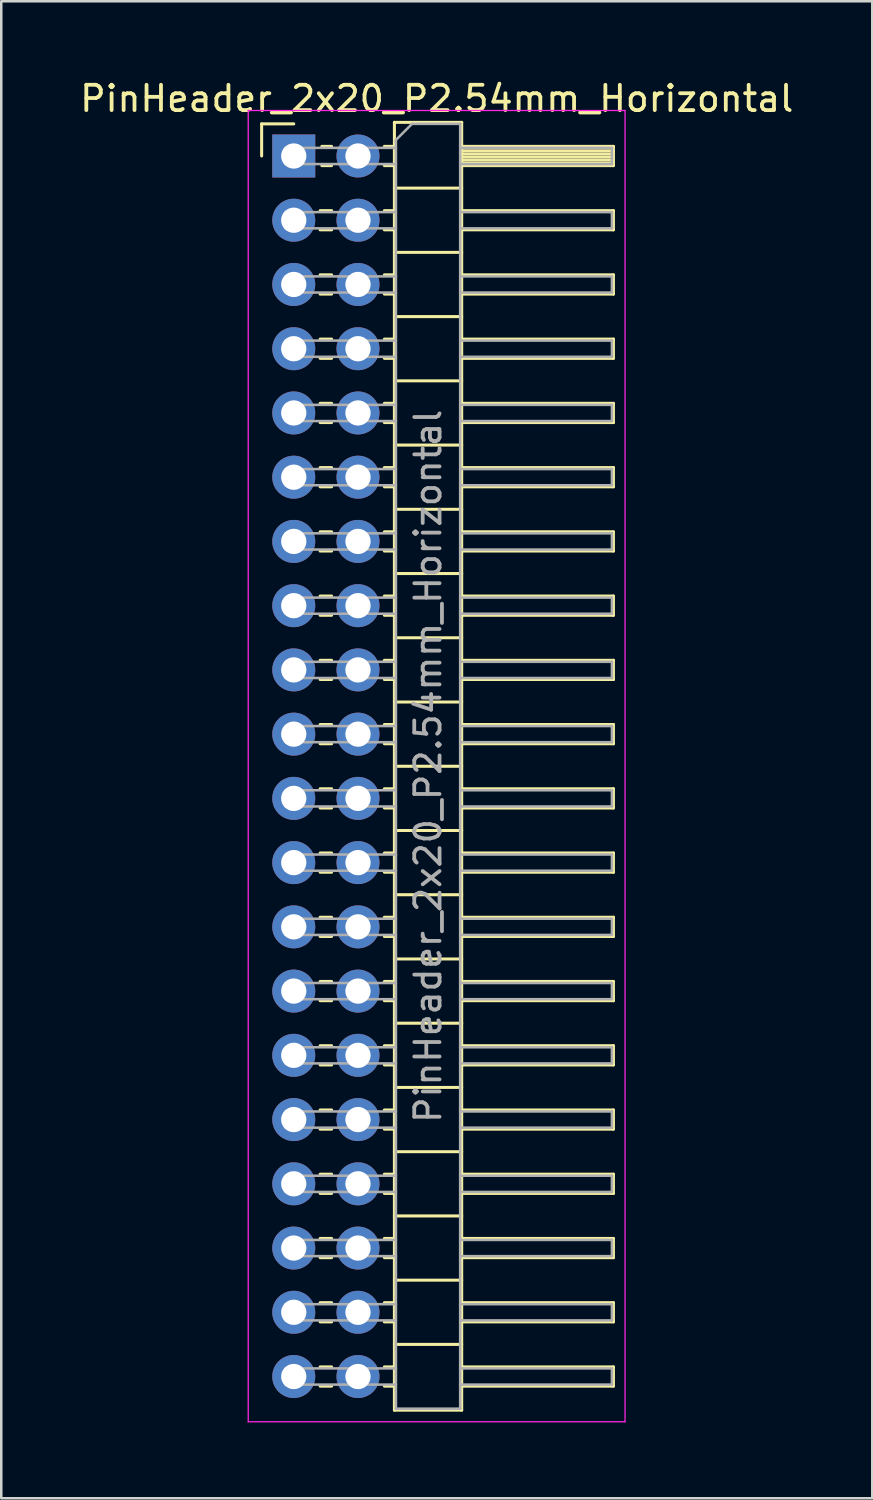
<source format=kicad_pcb>
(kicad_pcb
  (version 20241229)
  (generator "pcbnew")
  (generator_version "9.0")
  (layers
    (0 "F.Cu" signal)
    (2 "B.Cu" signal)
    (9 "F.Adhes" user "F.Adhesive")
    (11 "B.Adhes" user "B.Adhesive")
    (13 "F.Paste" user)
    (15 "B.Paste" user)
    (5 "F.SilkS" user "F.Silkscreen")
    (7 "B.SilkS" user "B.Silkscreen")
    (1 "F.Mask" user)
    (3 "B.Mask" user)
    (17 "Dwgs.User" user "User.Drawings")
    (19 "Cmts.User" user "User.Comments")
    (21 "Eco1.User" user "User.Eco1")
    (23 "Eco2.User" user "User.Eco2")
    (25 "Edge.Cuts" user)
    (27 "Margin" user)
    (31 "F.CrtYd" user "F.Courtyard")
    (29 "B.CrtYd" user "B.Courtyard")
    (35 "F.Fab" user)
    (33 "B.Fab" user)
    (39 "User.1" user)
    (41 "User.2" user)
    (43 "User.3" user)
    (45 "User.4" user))
  (footprint "PinHeader_2x20_P2.54mm_Horizontal"
    (layer "F.Cu")
    (at 8.565 3.118)
    (property "Reference" "PinHeader_2x20_P2.54mm_Horizontal" (at 5.655 -2.27 0) (layer "F.SilkS") (effects (font (size 1 1) (thickness 0.15))))
    (attr through_hole)
    (fp_line (start -1.27 -1.27) (end 0 -1.27) (stroke (width 0.12) (type solid)) (layer "F.SilkS"))
    (fp_line (start -1.27 0) (end -1.27 -1.27) (stroke (width 0.12) (type solid)) (layer "F.SilkS"))
    (fp_line (start 1.043 2.16) (end 1.497 2.16) (stroke (width 0.12) (type solid)) (layer "F.SilkS"))
    (fp_line (start 1.043 2.92) (end 1.497 2.92) (stroke (width 0.12) (type solid)) (layer "F.SilkS"))
    (fp_line (start 1.043 4.7) (end 1.497 4.7) (stroke (width 0.12) (type solid)) (layer "F.SilkS"))
    (fp_line (start 1.043 5.46) (end 1.497 5.46) (stroke (width 0.12) (type solid)) (layer "F.SilkS"))
    (fp_line (start 1.043 7.24) (end 1.497 7.24) (stroke (width 0.12) (type solid)) (layer "F.SilkS"))
    (fp_line (start 1.043 8) (end 1.497 8) (stroke (width 0.12) (type solid)) (layer "F.SilkS"))
    (fp_line (start 1.043 9.78) (end 1.497 9.78) (stroke (width 0.12) (type solid)) (layer "F.SilkS"))
    (fp_line (start 1.043 10.54) (end 1.497 10.54) (stroke (width 0.12) (type solid)) (layer "F.SilkS"))
    (fp_line (start 1.043 12.32) (end 1.497 12.32) (stroke (width 0.12) (type solid)) (layer "F.SilkS"))
    (fp_line (start 1.043 13.08) (end 1.497 13.08) (stroke (width 0.12) (type solid)) (layer "F.SilkS"))
    (fp_line (start 1.043 14.86) (end 1.497 14.86) (stroke (width 0.12) (type solid)) (layer "F.SilkS"))
    (fp_line (start 1.043 15.62) (end 1.497 15.62) (stroke (width 0.12) (type solid)) (layer "F.SilkS"))
    (fp_line (start 1.043 17.4) (end 1.497 17.4) (stroke (width 0.12) (type solid)) (layer "F.SilkS"))
    (fp_line (start 1.043 18.16) (end 1.497 18.16) (stroke (width 0.12) (type solid)) (layer "F.SilkS"))
    (fp_line (start 1.043 19.94) (end 1.497 19.94) (stroke (width 0.12) (type solid)) (layer "F.SilkS"))
    (fp_line (start 1.043 20.7) (end 1.497 20.7) (stroke (width 0.12) (type solid)) (layer "F.SilkS"))
    (fp_line (start 1.043 22.48) (end 1.497 22.48) (stroke (width 0.12) (type solid)) (layer "F.SilkS"))
    (fp_line (start 1.043 23.24) (end 1.497 23.24) (stroke (width 0.12) (type solid)) (layer "F.SilkS"))
    (fp_line (start 1.043 25.02) (end 1.497 25.02) (stroke (width 0.12) (type solid)) (layer "F.SilkS"))
    (fp_line (start 1.043 25.78) (end 1.497 25.78) (stroke (width 0.12) (type solid)) (layer "F.SilkS"))
    (fp_line (start 1.043 27.56) (end 1.497 27.56) (stroke (width 0.12) (type solid)) (layer "F.SilkS"))
    (fp_line (start 1.043 28.32) (end 1.497 28.32) (stroke (width 0.12) (type solid)) (layer "F.SilkS"))
    (fp_line (start 1.043 30.1) (end 1.497 30.1) (stroke (width 0.12) (type solid)) (layer "F.SilkS"))
    (fp_line (start 1.043 30.86) (end 1.497 30.86) (stroke (width 0.12) (type solid)) (layer "F.SilkS"))
    (fp_line (start 1.043 32.64) (end 1.497 32.64) (stroke (width 0.12) (type solid)) (layer "F.SilkS"))
    (fp_line (start 1.043 33.4) (end 1.497 33.4) (stroke (width 0.12) (type solid)) (layer "F.SilkS"))
    (fp_line (start 1.043 35.18) (end 1.497 35.18) (stroke (width 0.12) (type solid)) (layer "F.SilkS"))
    (fp_line (start 1.043 35.94) (end 1.497 35.94) (stroke (width 0.12) (type solid)) (layer "F.SilkS"))
    (fp_line (start 1.043 37.72) (end 1.497 37.72) (stroke (width 0.12) (type solid)) (layer "F.SilkS"))
    (fp_line (start 1.043 38.48) (end 1.497 38.48) (stroke (width 0.12) (type solid)) (layer "F.SilkS"))
    (fp_line (start 1.043 40.26) (end 1.497 40.26) (stroke (width 0.12) (type solid)) (layer "F.SilkS"))
    (fp_line (start 1.043 41.02) (end 1.497 41.02) (stroke (width 0.12) (type solid)) (layer "F.SilkS"))
    (fp_line (start 1.043 42.8) (end 1.497 42.8) (stroke (width 0.12) (type solid)) (layer "F.SilkS"))
    (fp_line (start 1.043 43.56) (end 1.497 43.56) (stroke (width 0.12) (type solid)) (layer "F.SilkS"))
    (fp_line (start 1.043 45.34) (end 1.497 45.34) (stroke (width 0.12) (type solid)) (layer "F.SilkS"))
    (fp_line (start 1.043 46.1) (end 1.497 46.1) (stroke (width 0.12) (type solid)) (layer "F.SilkS"))
    (fp_line (start 1.043 47.88) (end 1.497 47.88) (stroke (width 0.12) (type solid)) (layer "F.SilkS"))
    (fp_line (start 1.043 48.64) (end 1.497 48.64) (stroke (width 0.12) (type solid)) (layer "F.SilkS"))
    (fp_line (start 1.11 -0.38) (end 1.497 -0.38) (stroke (width 0.12) (type solid)) (layer "F.SilkS"))
    (fp_line (start 1.11 0.38) (end 1.497 0.38) (stroke (width 0.12) (type solid)) (layer "F.SilkS"))
    (fp_line (start 3.583 -0.38) (end 3.98 -0.38) (stroke (width 0.12) (type solid)) (layer "F.SilkS"))
    (fp_line (start 3.583 0.38) (end 3.98 0.38) (stroke (width 0.12) (type solid)) (layer "F.SilkS"))
    (fp_line (start 3.583 2.16) (end 3.98 2.16) (stroke (width 0.12) (type solid)) (layer "F.SilkS"))
    (fp_line (start 3.583 2.92) (end 3.98 2.92) (stroke (width 0.12) (type solid)) (layer "F.SilkS"))
    (fp_line (start 3.583 4.7) (end 3.98 4.7) (stroke (width 0.12) (type solid)) (layer "F.SilkS"))
    (fp_line (start 3.583 5.46) (end 3.98 5.46) (stroke (width 0.12) (type solid)) (layer "F.SilkS"))
    (fp_line (start 3.583 7.24) (end 3.98 7.24) (stroke (width 0.12) (type solid)) (layer "F.SilkS"))
    (fp_line (start 3.583 8) (end 3.98 8) (stroke (width 0.12) (type solid)) (layer "F.SilkS"))
    (fp_line (start 3.583 9.78) (end 3.98 9.78) (stroke (width 0.12) (type solid)) (layer "F.SilkS"))
    (fp_line (start 3.583 10.54) (end 3.98 10.54) (stroke (width 0.12) (type solid)) (layer "F.SilkS"))
    (fp_line (start 3.583 12.32) (end 3.98 12.32) (stroke (width 0.12) (type solid)) (layer "F.SilkS"))
    (fp_line (start 3.583 13.08) (end 3.98 13.08) (stroke (width 0.12) (type solid)) (layer "F.SilkS"))
    (fp_line (start 3.583 14.86) (end 3.98 14.86) (stroke (width 0.12) (type solid)) (layer "F.SilkS"))
    (fp_line (start 3.583 15.62) (end 3.98 15.62) (stroke (width 0.12) (type solid)) (layer "F.SilkS"))
    (fp_line (start 3.583 17.4) (end 3.98 17.4) (stroke (width 0.12) (type solid)) (layer "F.SilkS"))
    (fp_line (start 3.583 18.16) (end 3.98 18.16) (stroke (width 0.12) (type solid)) (layer "F.SilkS"))
    (fp_line (start 3.583 19.94) (end 3.98 19.94) (stroke (width 0.12) (type solid)) (layer "F.SilkS"))
    (fp_line (start 3.583 20.7) (end 3.98 20.7) (stroke (width 0.12) (type solid)) (layer "F.SilkS"))
    (fp_line (start 3.583 22.48) (end 3.98 22.48) (stroke (width 0.12) (type solid)) (layer "F.SilkS"))
    (fp_line (start 3.583 23.24) (end 3.98 23.24) (stroke (width 0.12) (type solid)) (layer "F.SilkS"))
    (fp_line (start 3.583 25.02) (end 3.98 25.02) (stroke (width 0.12) (type solid)) (layer "F.SilkS"))
    (fp_line (start 3.583 25.78) (end 3.98 25.78) (stroke (width 0.12) (type solid)) (layer "F.SilkS"))
    (fp_line (start 3.583 27.56) (end 3.98 27.56) (stroke (width 0.12) (type solid)) (layer "F.SilkS"))
    (fp_line (start 3.583 28.32) (end 3.98 28.32) (stroke (width 0.12) (type solid)) (layer "F.SilkS"))
    (fp_line (start 3.583 30.1) (end 3.98 30.1) (stroke (width 0.12) (type solid)) (layer "F.SilkS"))
    (fp_line (start 3.583 30.86) (end 3.98 30.86) (stroke (width 0.12) (type solid)) (layer "F.SilkS"))
    (fp_line (start 3.583 32.64) (end 3.98 32.64) (stroke (width 0.12) (type solid)) (layer "F.SilkS"))
    (fp_line (start 3.583 33.4) (end 3.98 33.4) (stroke (width 0.12) (type solid)) (layer "F.SilkS"))
    (fp_line (start 3.583 35.18) (end 3.98 35.18) (stroke (width 0.12) (type solid)) (layer "F.SilkS"))
    (fp_line (start 3.583 35.94) (end 3.98 35.94) (stroke (width 0.12) (type solid)) (layer "F.SilkS"))
    (fp_line (start 3.583 37.72) (end 3.98 37.72) (stroke (width 0.12) (type solid)) (layer "F.SilkS"))
    (fp_line (start 3.583 38.48) (end 3.98 38.48) (stroke (width 0.12) (type solid)) (layer "F.SilkS"))
    (fp_line (start 3.583 40.26) (end 3.98 40.26) (stroke (width 0.12) (type solid)) (layer "F.SilkS"))
    (fp_line (start 3.583 41.02) (end 3.98 41.02) (stroke (width 0.12) (type solid)) (layer "F.SilkS"))
    (fp_line (start 3.583 42.8) (end 3.98 42.8) (stroke (width 0.12) (type solid)) (layer "F.SilkS"))
    (fp_line (start 3.583 43.56) (end 3.98 43.56) (stroke (width 0.12) (type solid)) (layer "F.SilkS"))
    (fp_line (start 3.583 45.34) (end 3.98 45.34) (stroke (width 0.12) (type solid)) (layer "F.SilkS"))
    (fp_line (start 3.583 46.1) (end 3.98 46.1) (stroke (width 0.12) (type solid)) (layer "F.SilkS"))
    (fp_line (start 3.583 47.88) (end 3.98 47.88) (stroke (width 0.12) (type solid)) (layer "F.SilkS"))
    (fp_line (start 3.583 48.64) (end 3.98 48.64) (stroke (width 0.12) (type solid)) (layer "F.SilkS"))
    (fp_line (start 3.98 -1.33) (end 3.98 49.59) (stroke (width 0.12) (type solid)) (layer "F.SilkS"))
    (fp_line (start 3.98 1.27) (end 6.64 1.27) (stroke (width 0.12) (type solid)) (layer "F.SilkS"))
    (fp_line (start 3.98 3.81) (end 6.64 3.81) (stroke (width 0.12) (type solid)) (layer "F.SilkS"))
    (fp_line (start 3.98 6.35) (end 6.64 6.35) (stroke (width 0.12) (type solid)) (layer "F.SilkS"))
    (fp_line (start 3.98 8.89) (end 6.64 8.89) (stroke (width 0.12) (type solid)) (layer "F.SilkS"))
    (fp_line (start 3.98 11.43) (end 6.64 11.43) (stroke (width 0.12) (type solid)) (layer "F.SilkS"))
    (fp_line (start 3.98 13.97) (end 6.64 13.97) (stroke (width 0.12) (type solid)) (layer "F.SilkS"))
    (fp_line (start 3.98 16.51) (end 6.64 16.51) (stroke (width 0.12) (type solid)) (layer "F.SilkS"))
    (fp_line (start 3.98 19.05) (end 6.64 19.05) (stroke (width 0.12) (type solid)) (layer "F.SilkS"))
    (fp_line (start 3.98 21.59) (end 6.64 21.59) (stroke (width 0.12) (type solid)) (layer "F.SilkS"))
    (fp_line (start 3.98 24.13) (end 6.64 24.13) (stroke (width 0.12) (type solid)) (layer "F.SilkS"))
    (fp_line (start 3.98 26.67) (end 6.64 26.67) (stroke (width 0.12) (type solid)) (layer "F.SilkS"))
    (fp_line (start 3.98 29.21) (end 6.64 29.21) (stroke (width 0.12) (type solid)) (layer "F.SilkS"))
    (fp_line (start 3.98 31.75) (end 6.64 31.75) (stroke (width 0.12) (type solid)) (layer "F.SilkS"))
    (fp_line (start 3.98 34.29) (end 6.64 34.29) (stroke (width 0.12) (type solid)) (layer "F.SilkS"))
    (fp_line (start 3.98 36.83) (end 6.64 36.83) (stroke (width 0.12) (type solid)) (layer "F.SilkS"))
    (fp_line (start 3.98 39.37) (end 6.64 39.37) (stroke (width 0.12) (type solid)) (layer "F.SilkS"))
    (fp_line (start 3.98 41.91) (end 6.64 41.91) (stroke (width 0.12) (type solid)) (layer "F.SilkS"))
    (fp_line (start 3.98 44.45) (end 6.64 44.45) (stroke (width 0.12) (type solid)) (layer "F.SilkS"))
    (fp_line (start 3.98 46.99) (end 6.64 46.99) (stroke (width 0.12) (type solid)) (layer "F.SilkS"))
    (fp_line (start 3.98 49.59) (end 6.64 49.59) (stroke (width 0.12) (type solid)) (layer "F.SilkS"))
    (fp_line (start 6.64 -1.33) (end 3.98 -1.33) (stroke (width 0.12) (type solid)) (layer "F.SilkS"))
    (fp_line (start 6.64 -0.38) (end 12.64 -0.38) (stroke (width 0.12) (type solid)) (layer "F.SilkS"))
    (fp_line (start 6.64 -0.32) (end 12.64 -0.32) (stroke (width 0.12) (type solid)) (layer "F.SilkS"))
    (fp_line (start 6.64 -0.2) (end 12.64 -0.2) (stroke (width 0.12) (type solid)) (layer "F.SilkS"))
    (fp_line (start 6.64 -0.08) (end 12.64 -0.08) (stroke (width 0.12) (type solid)) (layer "F.SilkS"))
    (fp_line (start 6.64 0.04) (end 12.64 0.04) (stroke (width 0.12) (type solid)) (layer "F.SilkS"))
    (fp_line (start 6.64 0.16) (end 12.64 0.16) (stroke (width 0.12) (type solid)) (layer "F.SilkS"))
    (fp_line (start 6.64 0.28) (end 12.64 0.28) (stroke (width 0.12) (type solid)) (layer "F.SilkS"))
    (fp_line (start 6.64 2.16) (end 12.64 2.16) (stroke (width 0.12) (type solid)) (layer "F.SilkS"))
    (fp_line (start 6.64 4.7) (end 12.64 4.7) (stroke (width 0.12) (type solid)) (layer "F.SilkS"))
    (fp_line (start 6.64 7.24) (end 12.64 7.24) (stroke (width 0.12) (type solid)) (layer "F.SilkS"))
    (fp_line (start 6.64 9.78) (end 12.64 9.78) (stroke (width 0.12) (type solid)) (layer "F.SilkS"))
    (fp_line (start 6.64 12.32) (end 12.64 12.32) (stroke (width 0.12) (type solid)) (layer "F.SilkS"))
    (fp_line (start 6.64 14.86) (end 12.64 14.86) (stroke (width 0.12) (type solid)) (layer "F.SilkS"))
    (fp_line (start 6.64 17.4) (end 12.64 17.4) (stroke (width 0.12) (type solid)) (layer "F.SilkS"))
    (fp_line (start 6.64 19.94) (end 12.64 19.94) (stroke (width 0.12) (type solid)) (layer "F.SilkS"))
    (fp_line (start 6.64 22.48) (end 12.64 22.48) (stroke (width 0.12) (type solid)) (layer "F.SilkS"))
    (fp_line (start 6.64 25.02) (end 12.64 25.02) (stroke (width 0.12) (type solid)) (layer "F.SilkS"))
    (fp_line (start 6.64 27.56) (end 12.64 27.56) (stroke (width 0.12) (type solid)) (layer "F.SilkS"))
    (fp_line (start 6.64 30.1) (end 12.64 30.1) (stroke (width 0.12) (type solid)) (layer "F.SilkS"))
    (fp_line (start 6.64 32.64) (end 12.64 32.64) (stroke (width 0.12) (type solid)) (layer "F.SilkS"))
    (fp_line (start 6.64 35.18) (end 12.64 35.18) (stroke (width 0.12) (type solid)) (layer "F.SilkS"))
    (fp_line (start 6.64 37.72) (end 12.64 37.72) (stroke (width 0.12) (type solid)) (layer "F.SilkS"))
    (fp_line (start 6.64 40.26) (end 12.64 40.26) (stroke (width 0.12) (type solid)) (layer "F.SilkS"))
    (fp_line (start 6.64 42.8) (end 12.64 42.8) (stroke (width 0.12) (type solid)) (layer "F.SilkS"))
    (fp_line (start 6.64 45.34) (end 12.64 45.34) (stroke (width 0.12) (type solid)) (layer "F.SilkS"))
    (fp_line (start 6.64 47.88) (end 12.64 47.88) (stroke (width 0.12) (type solid)) (layer "F.SilkS"))
    (fp_line (start 6.64 49.59) (end 6.64 -1.33) (stroke (width 0.12) (type solid)) (layer "F.SilkS"))
    (fp_line (start 12.64 -0.38) (end 12.64 0.38) (stroke (width 0.12) (type solid)) (layer "F.SilkS"))
    (fp_line (start 12.64 0.38) (end 6.64 0.38) (stroke (width 0.12) (type solid)) (layer "F.SilkS"))
    (fp_line (start 12.64 2.16) (end 12.64 2.92) (stroke (width 0.12) (type solid)) (layer "F.SilkS"))
    (fp_line (start 12.64 2.92) (end 6.64 2.92) (stroke (width 0.12) (type solid)) (layer "F.SilkS"))
    (fp_line (start 12.64 4.7) (end 12.64 5.46) (stroke (width 0.12) (type solid)) (layer "F.SilkS"))
    (fp_line (start 12.64 5.46) (end 6.64 5.46) (stroke (width 0.12) (type solid)) (layer "F.SilkS"))
    (fp_line (start 12.64 7.24) (end 12.64 8) (stroke (width 0.12) (type solid)) (layer "F.SilkS"))
    (fp_line (start 12.64 8) (end 6.64 8) (stroke (width 0.12) (type solid)) (layer "F.SilkS"))
    (fp_line (start 12.64 9.78) (end 12.64 10.54) (stroke (width 0.12) (type solid)) (layer "F.SilkS"))
    (fp_line (start 12.64 10.54) (end 6.64 10.54) (stroke (width 0.12) (type solid)) (layer "F.SilkS"))
    (fp_line (start 12.64 12.32) (end 12.64 13.08) (stroke (width 0.12) (type solid)) (layer "F.SilkS"))
    (fp_line (start 12.64 13.08) (end 6.64 13.08) (stroke (width 0.12) (type solid)) (layer "F.SilkS"))
    (fp_line (start 12.64 14.86) (end 12.64 15.62) (stroke (width 0.12) (type solid)) (layer "F.SilkS"))
    (fp_line (start 12.64 15.62) (end 6.64 15.62) (stroke (width 0.12) (type solid)) (layer "F.SilkS"))
    (fp_line (start 12.64 17.4) (end 12.64 18.16) (stroke (width 0.12) (type solid)) (layer "F.SilkS"))
    (fp_line (start 12.64 18.16) (end 6.64 18.16) (stroke (width 0.12) (type solid)) (layer "F.SilkS"))
    (fp_line (start 12.64 19.94) (end 12.64 20.7) (stroke (width 0.12) (type solid)) (layer "F.SilkS"))
    (fp_line (start 12.64 20.7) (end 6.64 20.7) (stroke (width 0.12) (type solid)) (layer "F.SilkS"))
    (fp_line (start 12.64 22.48) (end 12.64 23.24) (stroke (width 0.12) (type solid)) (layer "F.SilkS"))
    (fp_line (start 12.64 23.24) (end 6.64 23.24) (stroke (width 0.12) (type solid)) (layer "F.SilkS"))
    (fp_line (start 12.64 25.02) (end 12.64 25.78) (stroke (width 0.12) (type solid)) (layer "F.SilkS"))
    (fp_line (start 12.64 25.78) (end 6.64 25.78) (stroke (width 0.12) (type solid)) (layer "F.SilkS"))
    (fp_line (start 12.64 27.56) (end 12.64 28.32) (stroke (width 0.12) (type solid)) (layer "F.SilkS"))
    (fp_line (start 12.64 28.32) (end 6.64 28.32) (stroke (width 0.12) (type solid)) (layer "F.SilkS"))
    (fp_line (start 12.64 30.1) (end 12.64 30.86) (stroke (width 0.12) (type solid)) (layer "F.SilkS"))
    (fp_line (start 12.64 30.86) (end 6.64 30.86) (stroke (width 0.12) (type solid)) (layer "F.SilkS"))
    (fp_line (start 12.64 32.64) (end 12.64 33.4) (stroke (width 0.12) (type solid)) (layer "F.SilkS"))
    (fp_line (start 12.64 33.4) (end 6.64 33.4) (stroke (width 0.12) (type solid)) (layer "F.SilkS"))
    (fp_line (start 12.64 35.18) (end 12.64 35.94) (stroke (width 0.12) (type solid)) (layer "F.SilkS"))
    (fp_line (start 12.64 35.94) (end 6.64 35.94) (stroke (width 0.12) (type solid)) (layer "F.SilkS"))
    (fp_line (start 12.64 37.72) (end 12.64 38.48) (stroke (width 0.12) (type solid)) (layer "F.SilkS"))
    (fp_line (start 12.64 38.48) (end 6.64 38.48) (stroke (width 0.12) (type solid)) (layer "F.SilkS"))
    (fp_line (start 12.64 40.26) (end 12.64 41.02) (stroke (width 0.12) (type solid)) (layer "F.SilkS"))
    (fp_line (start 12.64 41.02) (end 6.64 41.02) (stroke (width 0.12) (type solid)) (layer "F.SilkS"))
    (fp_line (start 12.64 42.8) (end 12.64 43.56) (stroke (width 0.12) (type solid)) (layer "F.SilkS"))
    (fp_line (start 12.64 43.56) (end 6.64 43.56) (stroke (width 0.12) (type solid)) (layer "F.SilkS"))
    (fp_line (start 12.64 45.34) (end 12.64 46.1) (stroke (width 0.12) (type solid)) (layer "F.SilkS"))
    (fp_line (start 12.64 46.1) (end 6.64 46.1) (stroke (width 0.12) (type solid)) (layer "F.SilkS"))
    (fp_line (start 12.64 47.88) (end 12.64 48.64) (stroke (width 0.12) (type solid)) (layer "F.SilkS"))
    (fp_line (start 12.64 48.64) (end 6.64 48.64) (stroke (width 0.12) (type solid)) (layer "F.SilkS"))
    (fp_line (start -1.8 -1.8) (end -1.8 50.05) (stroke (width 0.05) (type solid)) (layer "F.CrtYd"))
    (fp_line (start -1.8 50.05) (end 13.1 50.05) (stroke (width 0.05) (type solid)) (layer "F.CrtYd"))
    (fp_line (start 13.1 -1.8) (end -1.8 -1.8) (stroke (width 0.05) (type solid)) (layer "F.CrtYd"))
    (fp_line (start 13.1 50.05) (end 13.1 -1.8) (stroke (width 0.05) (type solid)) (layer "F.CrtYd"))
    (fp_line (start -0.32 -0.32) (end -0.32 0.32) (stroke (width 0.1) (type solid)) (layer "F.Fab"))
    (fp_line (start -0.32 -0.32) (end 4.04 -0.32) (stroke (width 0.1) (type solid)) (layer "F.Fab"))
    (fp_line (start -0.32 0.32) (end 4.04 0.32) (stroke (width 0.1) (type solid)) (layer "F.Fab"))
    (fp_line (start -0.32 2.22) (end -0.32 2.86) (stroke (width 0.1) (type solid)) (layer "F.Fab"))
    (fp_line (start -0.32 2.22) (end 4.04 2.22) (stroke (width 0.1) (type solid)) (layer "F.Fab"))
    (fp_line (start -0.32 2.86) (end 4.04 2.86) (stroke (width 0.1) (type solid)) (layer "F.Fab"))
    (fp_line (start -0.32 4.76) (end -0.32 5.4) (stroke (width 0.1) (type solid)) (layer "F.Fab"))
    (fp_line (start -0.32 4.76) (end 4.04 4.76) (stroke (width 0.1) (type solid)) (layer "F.Fab"))
    (fp_line (start -0.32 5.4) (end 4.04 5.4) (stroke (width 0.1) (type solid)) (layer "F.Fab"))
    (fp_line (start -0.32 7.3) (end -0.32 7.94) (stroke (width 0.1) (type solid)) (layer "F.Fab"))
    (fp_line (start -0.32 7.3) (end 4.04 7.3) (stroke (width 0.1) (type solid)) (layer "F.Fab"))
    (fp_line (start -0.32 7.94) (end 4.04 7.94) (stroke (width 0.1) (type solid)) (layer "F.Fab"))
    (fp_line (start -0.32 9.84) (end -0.32 10.48) (stroke (width 0.1) (type solid)) (layer "F.Fab"))
    (fp_line (start -0.32 9.84) (end 4.04 9.84) (stroke (width 0.1) (type solid)) (layer "F.Fab"))
    (fp_line (start -0.32 10.48) (end 4.04 10.48) (stroke (width 0.1) (type solid)) (layer "F.Fab"))
    (fp_line (start -0.32 12.38) (end -0.32 13.02) (stroke (width 0.1) (type solid)) (layer "F.Fab"))
    (fp_line (start -0.32 12.38) (end 4.04 12.38) (stroke (width 0.1) (type solid)) (layer "F.Fab"))
    (fp_line (start -0.32 13.02) (end 4.04 13.02) (stroke (width 0.1) (type solid)) (layer "F.Fab"))
    (fp_line (start -0.32 14.92) (end -0.32 15.56) (stroke (width 0.1) (type solid)) (layer "F.Fab"))
    (fp_line (start -0.32 14.92) (end 4.04 14.92) (stroke (width 0.1) (type solid)) (layer "F.Fab"))
    (fp_line (start -0.32 15.56) (end 4.04 15.56) (stroke (width 0.1) (type solid)) (layer "F.Fab"))
    (fp_line (start -0.32 17.46) (end -0.32 18.1) (stroke (width 0.1) (type solid)) (layer "F.Fab"))
    (fp_line (start -0.32 17.46) (end 4.04 17.46) (stroke (width 0.1) (type solid)) (layer "F.Fab"))
    (fp_line (start -0.32 18.1) (end 4.04 18.1) (stroke (width 0.1) (type solid)) (layer "F.Fab"))
    (fp_line (start -0.32 20) (end -0.32 20.64) (stroke (width 0.1) (type solid)) (layer "F.Fab"))
    (fp_line (start -0.32 20) (end 4.04 20) (stroke (width 0.1) (type solid)) (layer "F.Fab"))
    (fp_line (start -0.32 20.64) (end 4.04 20.64) (stroke (width 0.1) (type solid)) (layer "F.Fab"))
    (fp_line (start -0.32 22.54) (end -0.32 23.18) (stroke (width 0.1) (type solid)) (layer "F.Fab"))
    (fp_line (start -0.32 22.54) (end 4.04 22.54) (stroke (width 0.1) (type solid)) (layer "F.Fab"))
    (fp_line (start -0.32 23.18) (end 4.04 23.18) (stroke (width 0.1) (type solid)) (layer "F.Fab"))
    (fp_line (start -0.32 25.08) (end -0.32 25.72) (stroke (width 0.1) (type solid)) (layer "F.Fab"))
    (fp_line (start -0.32 25.08) (end 4.04 25.08) (stroke (width 0.1) (type solid)) (layer "F.Fab"))
    (fp_line (start -0.32 25.72) (end 4.04 25.72) (stroke (width 0.1) (type solid)) (layer "F.Fab"))
    (fp_line (start -0.32 27.62) (end -0.32 28.26) (stroke (width 0.1) (type solid)) (layer "F.Fab"))
    (fp_line (start -0.32 27.62) (end 4.04 27.62) (stroke (width 0.1) (type solid)) (layer "F.Fab"))
    (fp_line (start -0.32 28.26) (end 4.04 28.26) (stroke (width 0.1) (type solid)) (layer "F.Fab"))
    (fp_line (start -0.32 30.16) (end -0.32 30.8) (stroke (width 0.1) (type solid)) (layer "F.Fab"))
    (fp_line (start -0.32 30.16) (end 4.04 30.16) (stroke (width 0.1) (type solid)) (layer "F.Fab"))
    (fp_line (start -0.32 30.8) (end 4.04 30.8) (stroke (width 0.1) (type solid)) (layer "F.Fab"))
    (fp_line (start -0.32 32.7) (end -0.32 33.34) (stroke (width 0.1) (type solid)) (layer "F.Fab"))
    (fp_line (start -0.32 32.7) (end 4.04 32.7) (stroke (width 0.1) (type solid)) (layer "F.Fab"))
    (fp_line (start -0.32 33.34) (end 4.04 33.34) (stroke (width 0.1) (type solid)) (layer "F.Fab"))
    (fp_line (start -0.32 35.24) (end -0.32 35.88) (stroke (width 0.1) (type solid)) (layer "F.Fab"))
    (fp_line (start -0.32 35.24) (end 4.04 35.24) (stroke (width 0.1) (type solid)) (layer "F.Fab"))
    (fp_line (start -0.32 35.88) (end 4.04 35.88) (stroke (width 0.1) (type solid)) (layer "F.Fab"))
    (fp_line (start -0.32 37.78) (end -0.32 38.42) (stroke (width 0.1) (type solid)) (layer "F.Fab"))
    (fp_line (start -0.32 37.78) (end 4.04 37.78) (stroke (width 0.1) (type solid)) (layer "F.Fab"))
    (fp_line (start -0.32 38.42) (end 4.04 38.42) (stroke (width 0.1) (type solid)) (layer "F.Fab"))
    (fp_line (start -0.32 40.32) (end -0.32 40.96) (stroke (width 0.1) (type solid)) (layer "F.Fab"))
    (fp_line (start -0.32 40.32) (end 4.04 40.32) (stroke (width 0.1) (type solid)) (layer "F.Fab"))
    (fp_line (start -0.32 40.96) (end 4.04 40.96) (stroke (width 0.1) (type solid)) (layer "F.Fab"))
    (fp_line (start -0.32 42.86) (end -0.32 43.5) (stroke (width 0.1) (type solid)) (layer "F.Fab"))
    (fp_line (start -0.32 42.86) (end 4.04 42.86) (stroke (width 0.1) (type solid)) (layer "F.Fab"))
    (fp_line (start -0.32 43.5) (end 4.04 43.5) (stroke (width 0.1) (type solid)) (layer "F.Fab"))
    (fp_line (start -0.32 45.4) (end -0.32 46.04) (stroke (width 0.1) (type solid)) (layer "F.Fab"))
    (fp_line (start -0.32 45.4) (end 4.04 45.4) (stroke (width 0.1) (type solid)) (layer "F.Fab"))
    (fp_line (start -0.32 46.04) (end 4.04 46.04) (stroke (width 0.1) (type solid)) (layer "F.Fab"))
    (fp_line (start -0.32 47.94) (end -0.32 48.58) (stroke (width 0.1) (type solid)) (layer "F.Fab"))
    (fp_line (start -0.32 47.94) (end 4.04 47.94) (stroke (width 0.1) (type solid)) (layer "F.Fab"))
    (fp_line (start -0.32 48.58) (end 4.04 48.58) (stroke (width 0.1) (type solid)) (layer "F.Fab"))
    (fp_line (start 4.04 -0.635) (end 4.675 -1.27) (stroke (width 0.1) (type solid)) (layer "F.Fab"))
    (fp_line (start 4.04 49.53) (end 4.04 -0.635) (stroke (width 0.1) (type solid)) (layer "F.Fab"))
    (fp_line (start 4.675 -1.27) (end 6.58 -1.27) (stroke (width 0.1) (type solid)) (layer "F.Fab"))
    (fp_line (start 6.58 -1.27) (end 6.58 49.53) (stroke (width 0.1) (type solid)) (layer "F.Fab"))
    (fp_line (start 6.58 -0.32) (end 12.58 -0.32) (stroke (width 0.1) (type solid)) (layer "F.Fab"))
    (fp_line (start 6.58 0.32) (end 12.58 0.32) (stroke (width 0.1) (type solid)) (layer "F.Fab"))
    (fp_line (start 6.58 2.22) (end 12.58 2.22) (stroke (width 0.1) (type solid)) (layer "F.Fab"))
    (fp_line (start 6.58 2.86) (end 12.58 2.86) (stroke (width 0.1) (type solid)) (layer "F.Fab"))
    (fp_line (start 6.58 4.76) (end 12.58 4.76) (stroke (width 0.1) (type solid)) (layer "F.Fab"))
    (fp_line (start 6.58 5.4) (end 12.58 5.4) (stroke (width 0.1) (type solid)) (layer "F.Fab"))
    (fp_line (start 6.58 7.3) (end 12.58 7.3) (stroke (width 0.1) (type solid)) (layer "F.Fab"))
    (fp_line (start 6.58 7.94) (end 12.58 7.94) (stroke (width 0.1) (type solid)) (layer "F.Fab"))
    (fp_line (start 6.58 9.84) (end 12.58 9.84) (stroke (width 0.1) (type solid)) (layer "F.Fab"))
    (fp_line (start 6.58 10.48) (end 12.58 10.48) (stroke (width 0.1) (type solid)) (layer "F.Fab"))
    (fp_line (start 6.58 12.38) (end 12.58 12.38) (stroke (width 0.1) (type solid)) (layer "F.Fab"))
    (fp_line (start 6.58 13.02) (end 12.58 13.02) (stroke (width 0.1) (type solid)) (layer "F.Fab"))
    (fp_line (start 6.58 14.92) (end 12.58 14.92) (stroke (width 0.1) (type solid)) (layer "F.Fab"))
    (fp_line (start 6.58 15.56) (end 12.58 15.56) (stroke (width 0.1) (type solid)) (layer "F.Fab"))
    (fp_line (start 6.58 17.46) (end 12.58 17.46) (stroke (width 0.1) (type solid)) (layer "F.Fab"))
    (fp_line (start 6.58 18.1) (end 12.58 18.1) (stroke (width 0.1) (type solid)) (layer "F.Fab"))
    (fp_line (start 6.58 20) (end 12.58 20) (stroke (width 0.1) (type solid)) (layer "F.Fab"))
    (fp_line (start 6.58 20.64) (end 12.58 20.64) (stroke (width 0.1) (type solid)) (layer "F.Fab"))
    (fp_line (start 6.58 22.54) (end 12.58 22.54) (stroke (width 0.1) (type solid)) (layer "F.Fab"))
    (fp_line (start 6.58 23.18) (end 12.58 23.18) (stroke (width 0.1) (type solid)) (layer "F.Fab"))
    (fp_line (start 6.58 25.08) (end 12.58 25.08) (stroke (width 0.1) (type solid)) (layer "F.Fab"))
    (fp_line (start 6.58 25.72) (end 12.58 25.72) (stroke (width 0.1) (type solid)) (layer "F.Fab"))
    (fp_line (start 6.58 27.62) (end 12.58 27.62) (stroke (width 0.1) (type solid)) (layer "F.Fab"))
    (fp_line (start 6.58 28.26) (end 12.58 28.26) (stroke (width 0.1) (type solid)) (layer "F.Fab"))
    (fp_line (start 6.58 30.16) (end 12.58 30.16) (stroke (width 0.1) (type solid)) (layer "F.Fab"))
    (fp_line (start 6.58 30.8) (end 12.58 30.8) (stroke (width 0.1) (type solid)) (layer "F.Fab"))
    (fp_line (start 6.58 32.7) (end 12.58 32.7) (stroke (width 0.1) (type solid)) (layer "F.Fab"))
    (fp_line (start 6.58 33.34) (end 12.58 33.34) (stroke (width 0.1) (type solid)) (layer "F.Fab"))
    (fp_line (start 6.58 35.24) (end 12.58 35.24) (stroke (width 0.1) (type solid)) (layer "F.Fab"))
    (fp_line (start 6.58 35.88) (end 12.58 35.88) (stroke (width 0.1) (type solid)) (layer "F.Fab"))
    (fp_line (start 6.58 37.78) (end 12.58 37.78) (stroke (width 0.1) (type solid)) (layer "F.Fab"))
    (fp_line (start 6.58 38.42) (end 12.58 38.42) (stroke (width 0.1) (type solid)) (layer "F.Fab"))
    (fp_line (start 6.58 40.32) (end 12.58 40.32) (stroke (width 0.1) (type solid)) (layer "F.Fab"))
    (fp_line (start 6.58 40.96) (end 12.58 40.96) (stroke (width 0.1) (type solid)) (layer "F.Fab"))
    (fp_line (start 6.58 42.86) (end 12.58 42.86) (stroke (width 0.1) (type solid)) (layer "F.Fab"))
    (fp_line (start 6.58 43.5) (end 12.58 43.5) (stroke (width 0.1) (type solid)) (layer "F.Fab"))
    (fp_line (start 6.58 45.4) (end 12.58 45.4) (stroke (width 0.1) (type solid)) (layer "F.Fab"))
    (fp_line (start 6.58 46.04) (end 12.58 46.04) (stroke (width 0.1) (type solid)) (layer "F.Fab"))
    (fp_line (start 6.58 47.94) (end 12.58 47.94) (stroke (width 0.1) (type solid)) (layer "F.Fab"))
    (fp_line (start 6.58 48.58) (end 12.58 48.58) (stroke (width 0.1) (type solid)) (layer "F.Fab"))
    (fp_line (start 6.58 49.53) (end 4.04 49.53) (stroke (width 0.1) (type solid)) (layer "F.Fab"))
    (fp_line (start 12.58 -0.32) (end 12.58 0.32) (stroke (width 0.1) (type solid)) (layer "F.Fab"))
    (fp_line (start 12.58 2.22) (end 12.58 2.86) (stroke (width 0.1) (type solid)) (layer "F.Fab"))
    (fp_line (start 12.58 4.76) (end 12.58 5.4) (stroke (width 0.1) (type solid)) (layer "F.Fab"))
    (fp_line (start 12.58 7.3) (end 12.58 7.94) (stroke (width 0.1) (type solid)) (layer "F.Fab"))
    (fp_line (start 12.58 9.84) (end 12.58 10.48) (stroke (width 0.1) (type solid)) (layer "F.Fab"))
    (fp_line (start 12.58 12.38) (end 12.58 13.02) (stroke (width 0.1) (type solid)) (layer "F.Fab"))
    (fp_line (start 12.58 14.92) (end 12.58 15.56) (stroke (width 0.1) (type solid)) (layer "F.Fab"))
    (fp_line (start 12.58 17.46) (end 12.58 18.1) (stroke (width 0.1) (type solid)) (layer "F.Fab"))
    (fp_line (start 12.58 20) (end 12.58 20.64) (stroke (width 0.1) (type solid)) (layer "F.Fab"))
    (fp_line (start 12.58 22.54) (end 12.58 23.18) (stroke (width 0.1) (type solid)) (layer "F.Fab"))
    (fp_line (start 12.58 25.08) (end 12.58 25.72) (stroke (width 0.1) (type solid)) (layer "F.Fab"))
    (fp_line (start 12.58 27.62) (end 12.58 28.26) (stroke (width 0.1) (type solid)) (layer "F.Fab"))
    (fp_line (start 12.58 30.16) (end 12.58 30.8) (stroke (width 0.1) (type solid)) (layer "F.Fab"))
    (fp_line (start 12.58 32.7) (end 12.58 33.34) (stroke (width 0.1) (type solid)) (layer "F.Fab"))
    (fp_line (start 12.58 35.24) (end 12.58 35.88) (stroke (width 0.1) (type solid)) (layer "F.Fab"))
    (fp_line (start 12.58 37.78) (end 12.58 38.42) (stroke (width 0.1) (type solid)) (layer "F.Fab"))
    (fp_line (start 12.58 40.32) (end 12.58 40.96) (stroke (width 0.1) (type solid)) (layer "F.Fab"))
    (fp_line (start 12.58 42.86) (end 12.58 43.5) (stroke (width 0.1) (type solid)) (layer "F.Fab"))
    (fp_line (start 12.58 45.4) (end 12.58 46.04) (stroke (width 0.1) (type solid)) (layer "F.Fab"))
    (fp_line (start 12.58 47.94) (end 12.58 48.58) (stroke (width 0.1) (type solid)) (layer "F.Fab"))
    (fp_text user "${REFERENCE}" (at 5.31 24.13 90) (layer "F.Fab") (effects (font (size 1 1) (thickness 0.15))))
    (pad "1" thru_hole rect (at 0 0) (size 1.7 1.7) (drill 1) (layers "*.Cu" "*.Mask"))
    (pad "2" thru_hole oval (at 2.54 0) (size 1.7 1.7) (drill 1) (layers "*.Cu" "*.Mask"))
    (pad "3" thru_hole oval (at 0 2.54) (size 1.7 1.7) (drill 1) (layers "*.Cu" "*.Mask"))
    (pad "4" thru_hole oval (at 2.54 2.54) (size 1.7 1.7) (drill 1) (layers "*.Cu" "*.Mask"))
    (pad "5" thru_hole oval (at 0 5.08) (size 1.7 1.7) (drill 1) (layers "*.Cu" "*.Mask"))
    (pad "6" thru_hole oval (at 2.54 5.08) (size 1.7 1.7) (drill 1) (layers "*.Cu" "*.Mask"))
    (pad "7" thru_hole oval (at 0 7.62) (size 1.7 1.7) (drill 1) (layers "*.Cu" "*.Mask"))
    (pad "8" thru_hole oval (at 2.54 7.62) (size 1.7 1.7) (drill 1) (layers "*.Cu" "*.Mask"))
    (pad "9" thru_hole oval (at 0 10.16) (size 1.7 1.7) (drill 1) (layers "*.Cu" "*.Mask"))
    (pad "10" thru_hole oval (at 2.54 10.16) (size 1.7 1.7) (drill 1) (layers "*.Cu" "*.Mask"))
    (pad "11" thru_hole oval (at 0 12.7) (size 1.7 1.7) (drill 1) (layers "*.Cu" "*.Mask"))
    (pad "12" thru_hole oval (at 2.54 12.7) (size 1.7 1.7) (drill 1) (layers "*.Cu" "*.Mask"))
    (pad "13" thru_hole oval (at 0 15.24) (size 1.7 1.7) (drill 1) (layers "*.Cu" "*.Mask"))
    (pad "14" thru_hole oval (at 2.54 15.24) (size 1.7 1.7) (drill 1) (layers "*.Cu" "*.Mask"))
    (pad "15" thru_hole oval (at 0 17.78) (size 1.7 1.7) (drill 1) (layers "*.Cu" "*.Mask"))
    (pad "16" thru_hole oval (at 2.54 17.78) (size 1.7 1.7) (drill 1) (layers "*.Cu" "*.Mask"))
    (pad "17" thru_hole oval (at 0 20.32) (size 1.7 1.7) (drill 1) (layers "*.Cu" "*.Mask"))
    (pad "18" thru_hole oval (at 2.54 20.32) (size 1.7 1.7) (drill 1) (layers "*.Cu" "*.Mask"))
    (pad "19" thru_hole oval (at 0 22.86) (size 1.7 1.7) (drill 1) (layers "*.Cu" "*.Mask"))
    (pad "20" thru_hole oval (at 2.54 22.86) (size 1.7 1.7) (drill 1) (layers "*.Cu" "*.Mask"))
    (pad "21" thru_hole oval (at 0 25.4) (size 1.7 1.7) (drill 1) (layers "*.Cu" "*.Mask"))
    (pad "22" thru_hole oval (at 2.54 25.4) (size 1.7 1.7) (drill 1) (layers "*.Cu" "*.Mask"))
    (pad "23" thru_hole oval (at 0 27.94) (size 1.7 1.7) (drill 1) (layers "*.Cu" "*.Mask"))
    (pad "24" thru_hole oval (at 2.54 27.94) (size 1.7 1.7) (drill 1) (layers "*.Cu" "*.Mask"))
    (pad "25" thru_hole oval (at 0 30.48) (size 1.7 1.7) (drill 1) (layers "*.Cu" "*.Mask"))
    (pad "26" thru_hole oval (at 2.54 30.48) (size 1.7 1.7) (drill 1) (layers "*.Cu" "*.Mask"))
    (pad "27" thru_hole oval (at 0 33.02) (size 1.7 1.7) (drill 1) (layers "*.Cu" "*.Mask"))
    (pad "28" thru_hole oval (at 2.54 33.02) (size 1.7 1.7) (drill 1) (layers "*.Cu" "*.Mask"))
    (pad "29" thru_hole oval (at 0 35.56) (size 1.7 1.7) (drill 1) (layers "*.Cu" "*.Mask"))
    (pad "30" thru_hole oval (at 2.54 35.56) (size 1.7 1.7) (drill 1) (layers "*.Cu" "*.Mask"))
    (pad "31" thru_hole oval (at 0 38.1) (size 1.7 1.7) (drill 1) (layers "*.Cu" "*.Mask"))
    (pad "32" thru_hole oval (at 2.54 38.1) (size 1.7 1.7) (drill 1) (layers "*.Cu" "*.Mask"))
    (pad "33" thru_hole oval (at 0 40.64) (size 1.7 1.7) (drill 1) (layers "*.Cu" "*.Mask"))
    (pad "34" thru_hole oval (at 2.54 40.64) (size 1.7 1.7) (drill 1) (layers "*.Cu" "*.Mask"))
    (pad "35" thru_hole oval (at 0 43.18) (size 1.7 1.7) (drill 1) (layers "*.Cu" "*.Mask"))
    (pad "36" thru_hole oval (at 2.54 43.18) (size 1.7 1.7) (drill 1) (layers "*.Cu" "*.Mask"))
    (pad "37" thru_hole oval (at 0 45.72) (size 1.7 1.7) (drill 1) (layers "*.Cu" "*.Mask"))
    (pad "38" thru_hole oval (at 2.54 45.72) (size 1.7 1.7) (drill 1) (layers "*.Cu" "*.Mask"))
    (pad "39" thru_hole oval (at 0 48.26) (size 1.7 1.7) (drill 1) (layers "*.Cu" "*.Mask"))
    (pad "40" thru_hole oval (at 2.54 48.26) (size 1.7 1.7) (drill 1) (layers "*.Cu" "*.Mask")))
  (gr_rect
    (start -3 -3)
    (end 31.44 56.193)
    (stroke (width 0.1) (type default))
    (fill no)
    (layer "Edge.Cuts")))
</source>
